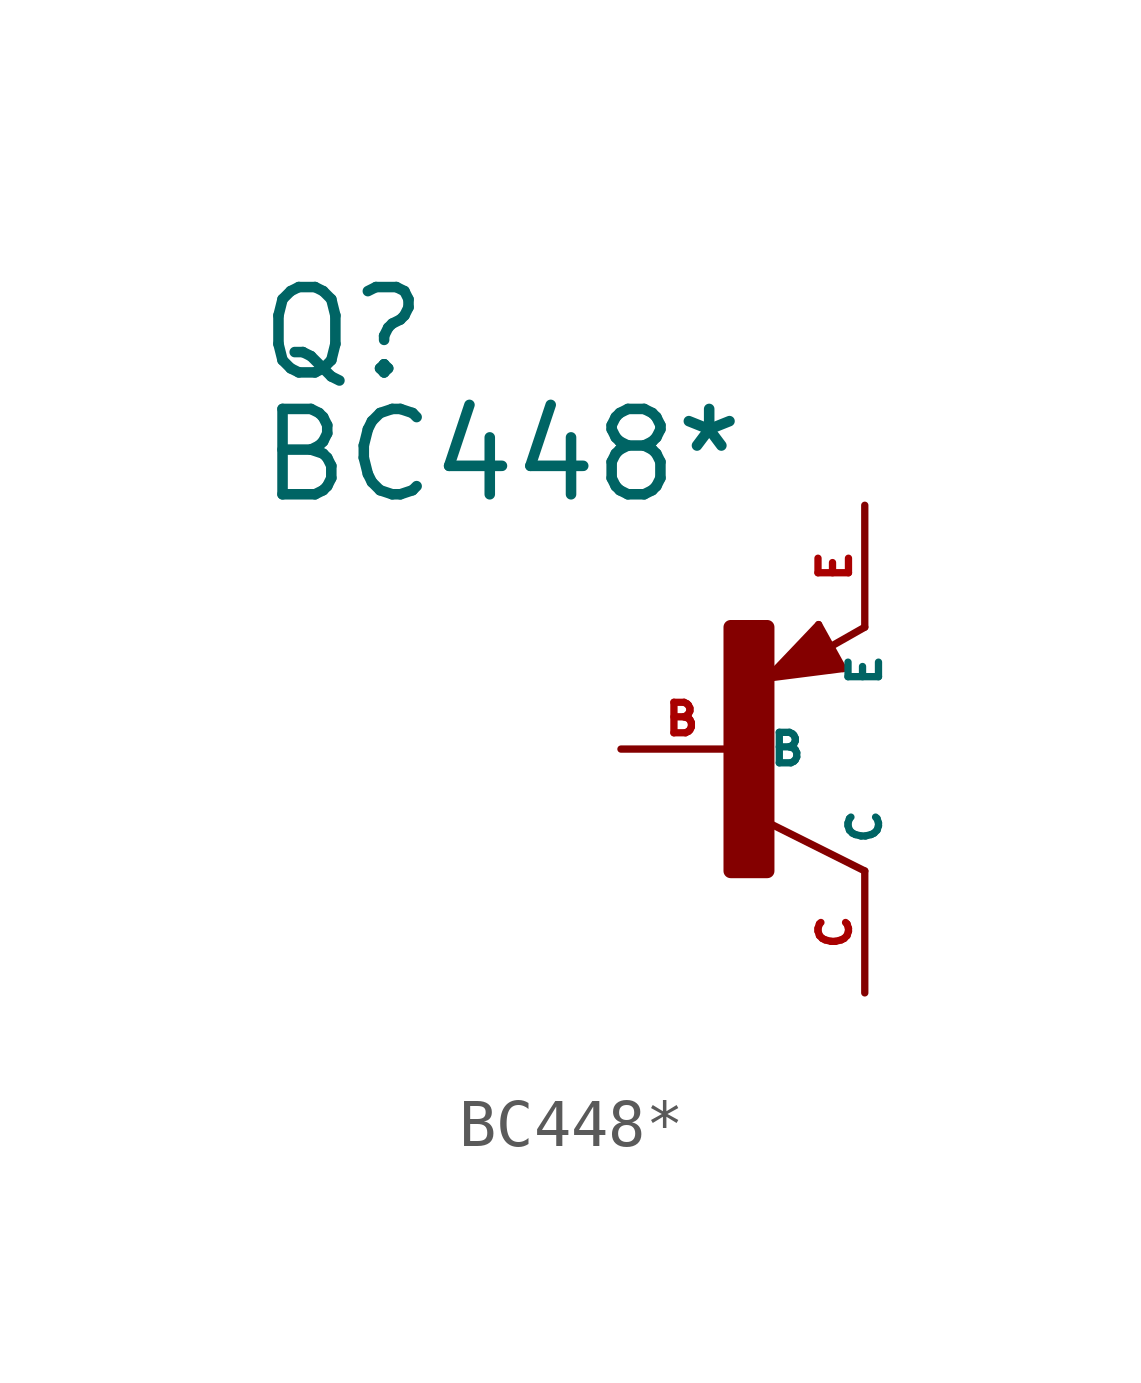
<source format=kicad_sym>
(kicad_symbol_lib
  (version 20220914)
  (generator Eagle2Kicad)
  (symbol "BC448*"
    (property "Reference" "Q"
      (at -10.16 7.62 0)
      (effects (font (size 1.778 1.778) (thickness 0.22)) (justify left bottom)))
    (property "Value" "BC448*"
      (at -10.16 5.08 0)
      (effects (font (size 1.778 1.778) (thickness 0.22)) (justify left bottom)))
    (polyline
      (pts (xy 2.086 1.678) (xy 1.578 2.594))
      (stroke (width 0.152) (type default))
      (fill (type none)))
    (polyline
      (pts (xy 1.578 2.594) (xy 0.516 1.478))
      (stroke (width 0.152) (type default))
      (fill (type none)))
    (polyline
      (pts (xy 0.516 1.478) (xy 2.086 1.678))
      (stroke (width 0.152) (type default))
      (fill (type none)))
    (polyline
      (pts (xy 2.54 2.54) (xy 1.808 2.124))
      (stroke (width 0.152) (type default))
      (fill (type none)))
    (polyline
      (pts (xy 2.54 -2.54) (xy 0.508 -1.524))
      (stroke (width 0.152) (type default))
      (fill (type none)))
    (polyline
      (pts (xy 1.905 1.778) (xy 1.524 2.413))
      (stroke (width 0.254) (type default))
      (fill (type none)))
    (polyline
      (pts (xy 1.524 2.413) (xy 0.762 1.651))
      (stroke (width 0.254) (type default))
      (fill (type none)))
    (polyline
      (pts (xy 0.762 1.651) (xy 1.778 1.778))
      (stroke (width 0.254) (type default))
      (fill (type none)))
    (polyline
      (pts (xy 1.778 1.778) (xy 1.524 2.159))
      (stroke (width 0.254) (type default))
      (fill (type none)))
    (polyline
      (pts (xy 1.524 2.159) (xy 1.143 1.905))
      (stroke (width 0.254) (type default))
      (fill (type none)))
    (polyline
      (pts (xy 1.143 1.905) (xy 1.524 1.905))
      (stroke (width 0.254) (type default))
      (fill (type none)))
    (rectangle
      (start -0.254 -2.54)
      (end 0.508 2.54)
      (stroke (width 0.3) (type default))
      (fill (type outline)))
    (pin passive line
      (at -2.54 0 0)
      (length 2.54)
      (name "B" (effects (font (size 0.635 0.635) (thickness 0.08)) (justify left bottom)))
      (number "B" (effects (font (size 0.635 0.635) (thickness 0.08)) (justify left bottom))))
    (pin passive line
      (at 2.54 5.08 270)
      (length 2.54)
      (name "E" (effects (font (size 0.635 0.635) (thickness 0.08)) (justify left bottom)))
      (number "E" (effects (font (size 0.635 0.635) (thickness 0.08)) (justify left bottom))))
    (pin passive line
      (at 2.54 -5.08 90)
      (length 2.54)
      (name "C" (effects (font (size 0.635 0.635) (thickness 0.08)) (justify left bottom)))
      (number "C" (effects (font (size 0.635 0.635) (thickness 0.08)) (justify left bottom))))))
</source>
